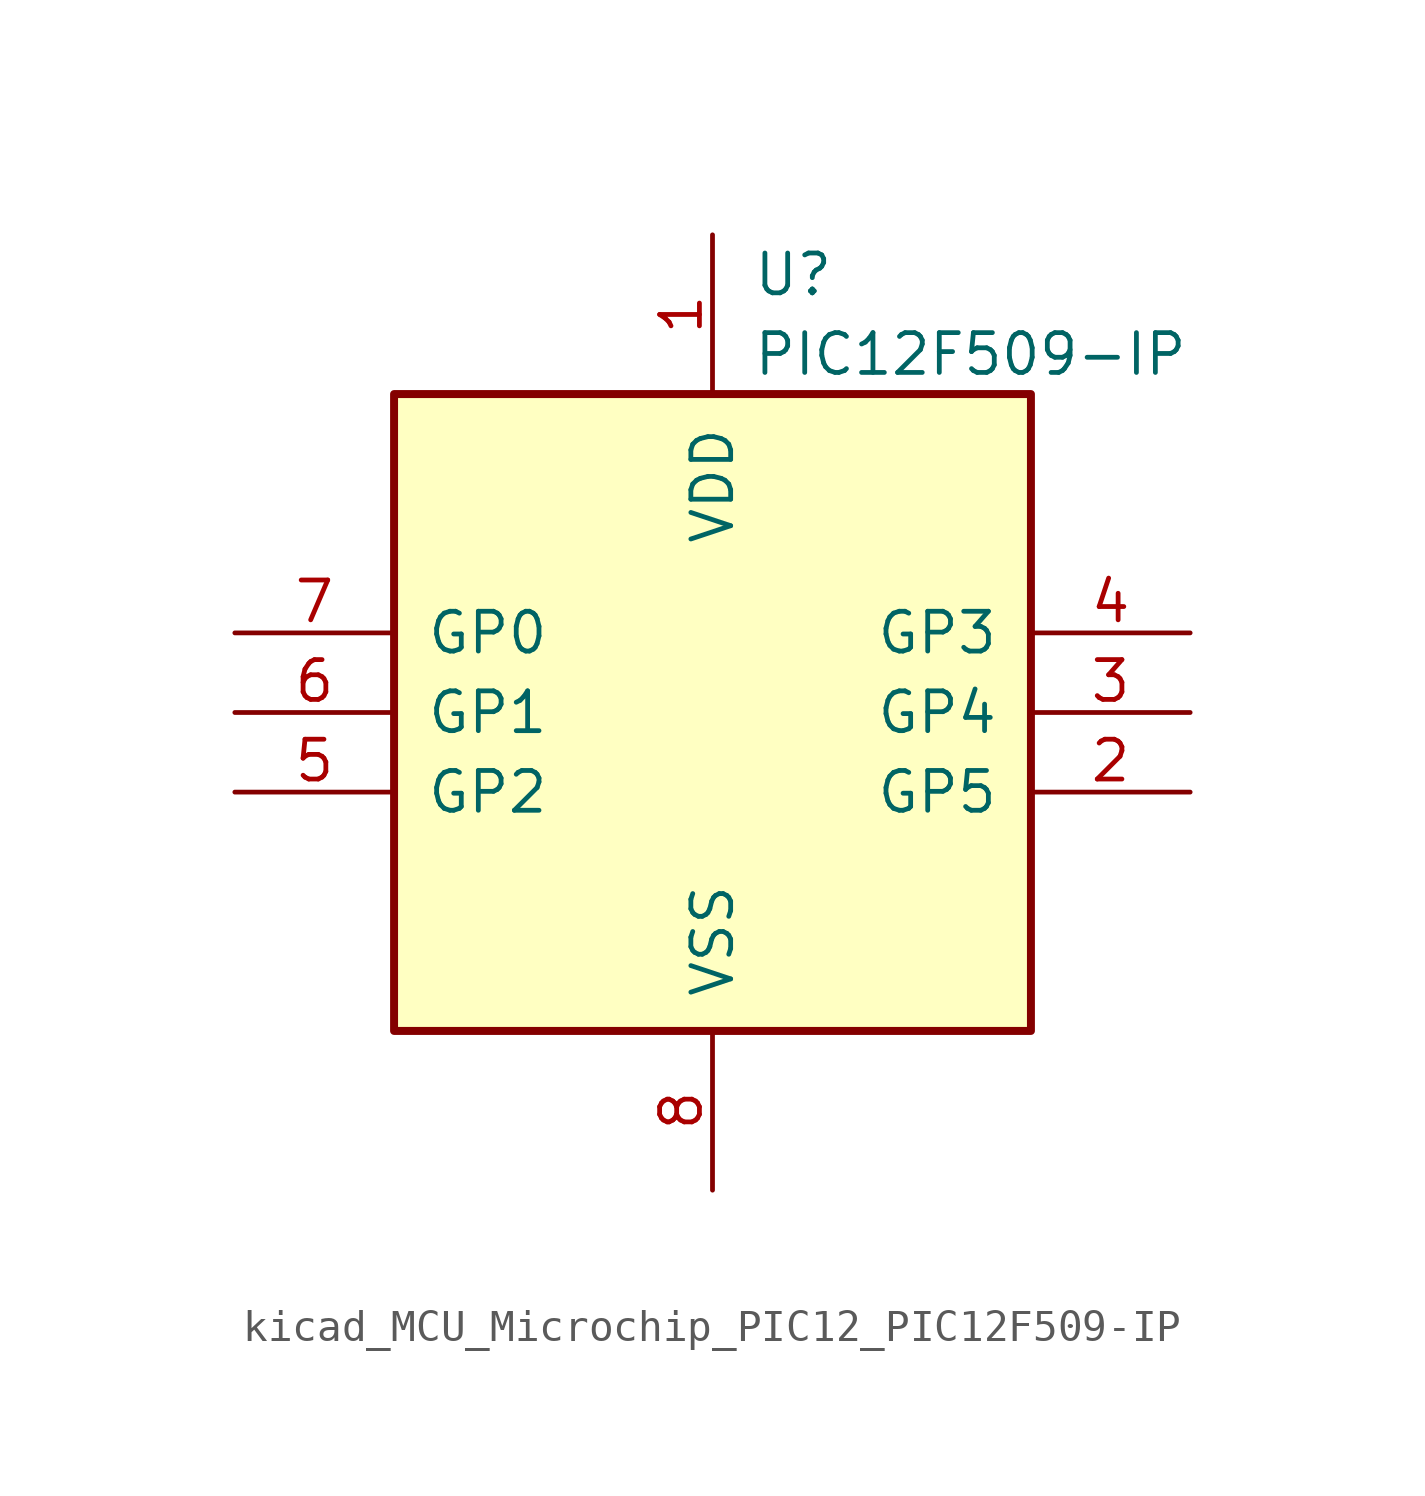
<source format=kicad_sym>
(kicad_symbol_lib
  (version 20220914)
  (generator kicad_symbol_editor)
  (symbol "kicad_MCU_Microchip_PIC12_PIC12F509-IP"
    (pin_names
      (offset 1.016))
    (property "Reference" "U"
      (at 1.27 13.97 0)
      (effects (font (size 1.27 1.27)) (justify left)))
    (property "Value" "PIC12F509-IP"
      (at 1.27 11.43 0)
      (effects (font (size 1.27 1.27)) (justify left)))
    (symbol "kicad_MCU_Microchip_PIC12_PIC12F509-IP_0_1"
      (rectangle (start 10.16 -10.16) (end -10.16 10.16) (stroke (width 0.254) (type default)) (fill (type background))))
    (symbol "kicad_MCU_Microchip_PIC12_PIC12F509-IP_1_1"
      (pin power_in line (at 0 15.24 270) (length 5.08) (name "VDD" (effects (font (size 1.27 1.27)))) (number "1" (effects (font (size 1.27 1.27)))))
      (pin bidirectional line (at 15.24 -2.54 180) (length 5.08) (name "GP5" (effects (font (size 1.27 1.27)))) (number "2" (effects (font (size 1.27 1.27)))))
      (pin bidirectional line (at 15.24 0 180) (length 5.08) (name "GP4" (effects (font (size 1.27 1.27)))) (number "3" (effects (font (size 1.27 1.27)))))
      (pin input line (at 15.24 2.54 180) (length 5.08) (name "GP3" (effects (font (size 1.27 1.27)))) (number "4" (effects (font (size 1.27 1.27)))))
      (pin bidirectional line (at -15.24 -2.54 0) (length 5.08) (name "GP2" (effects (font (size 1.27 1.27)))) (number "5" (effects (font (size 1.27 1.27)))))
      (pin bidirectional line (at -15.24 0 0) (length 5.08) (name "GP1" (effects (font (size 1.27 1.27)))) (number "6" (effects (font (size 1.27 1.27)))))
      (pin bidirectional line (at -15.24 2.54 0) (length 5.08) (name "GP0" (effects (font (size 1.27 1.27)))) (number "7" (effects (font (size 1.27 1.27)))))
      (pin power_in line (at 0 -15.24 90) (length 5.08) (name "VSS" (effects (font (size 1.27 1.27)))) (number "8" (effects (font (size 1.27 1.27))))))))
</source>
